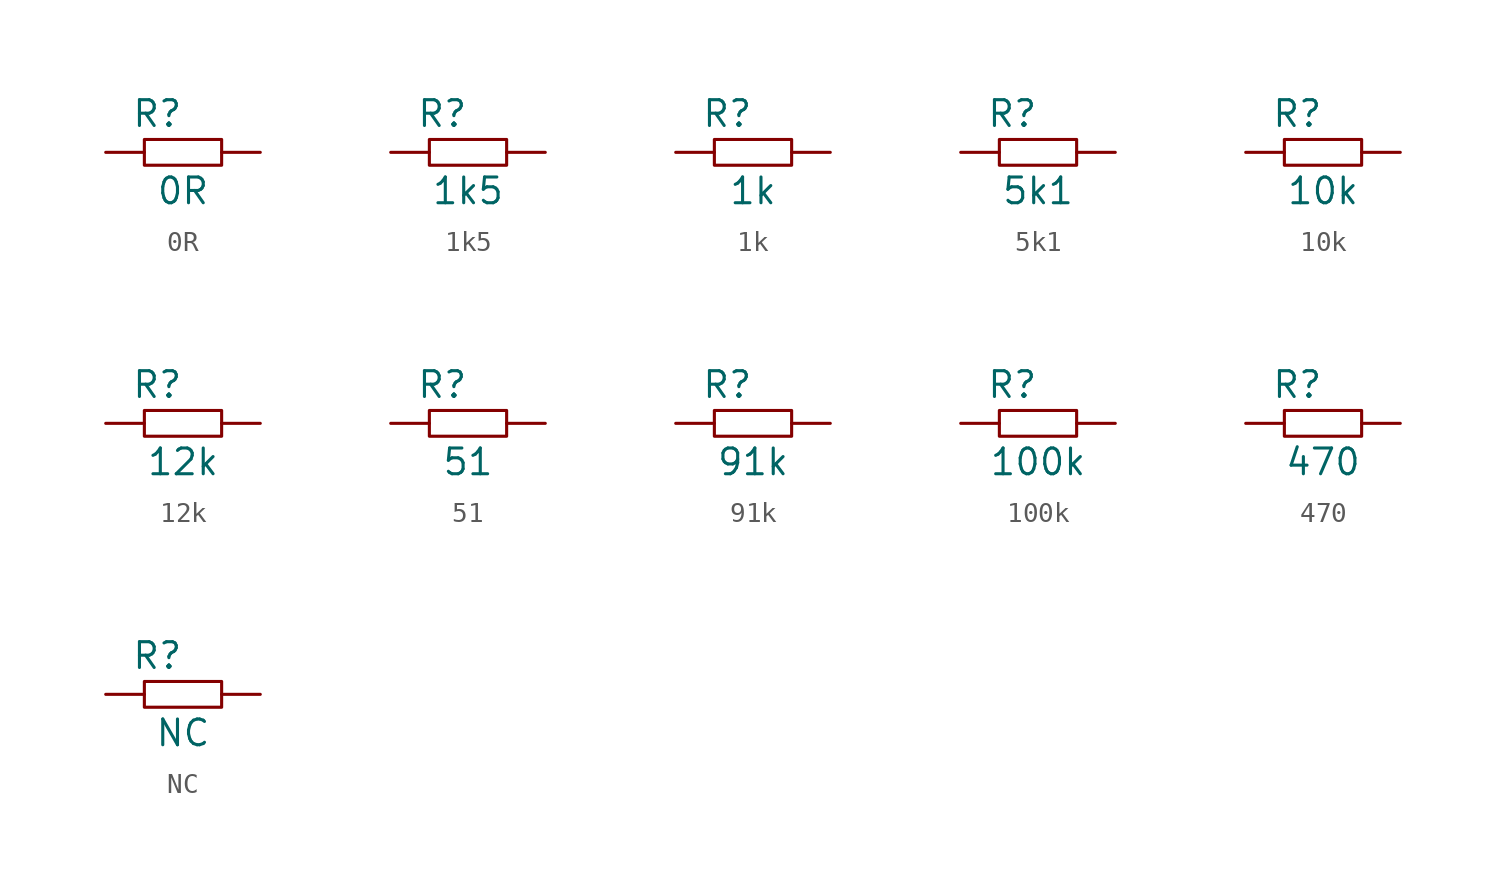
<source format=kicad_sym>
(kicad_symbol_lib
  (version 20211014)
  (generator kicad_symbol_editor)
  (symbol "0R"
    (pin_numbers hide)
    (pin_names
      (offset 1.016) hide)
    (property "Reference" "R"
      (at -1.27 1.905 0)
      (effects (font (size 1.27 1.27))))
    (property "Value" "0R"
      (at 0 -1.905 0)
      (effects (font (size 1.27 1.27))))
    (symbol "0R_0_1"
      (rectangle (start -1.905 0.635) (end 1.905 -0.635) (stroke (width 0) (type default) (color 0 0 0 0)) (fill (type none))))
    (symbol "0R_1_1"
      (pin input line (at -3.81 0 0) (length 1.905) (name "1" (effects (font (size 1.27 1.27)))) (number "1" (effects (font (size 1.27 1.27)))))
      (pin input line (at 3.81 0 180) (length 1.905) (name "2" (effects (font (size 1.27 1.27)))) (number "2" (effects (font (size 1.27 1.27)))))))
  (symbol "1k5"
    (pin_numbers hide)
    (pin_names
      (offset 1.016) hide)
    (property "Reference" "R"
      (at -1.27 1.905 0)
      (effects (font (size 1.27 1.27))))
    (property "Value" "1k5"
      (at 0 -1.905 0)
      (effects (font (size 1.27 1.27))))
    (symbol "1k5_0_1"
      (rectangle (start -1.905 0.635) (end 1.905 -0.635) (stroke (width 0) (type default) (color 0 0 0 0)) (fill (type none))))
    (symbol "1k5_1_1"
      (pin input line (at -3.81 0 0) (length 1.905) (name "1" (effects (font (size 1.27 1.27)))) (number "1" (effects (font (size 1.27 1.27)))))
      (pin input line (at 3.81 0 180) (length 1.905) (name "2" (effects (font (size 1.27 1.27)))) (number "2" (effects (font (size 1.27 1.27)))))))
  (symbol "1k"
    (pin_numbers hide)
    (pin_names
      (offset 1.016) hide)
    (property "Reference" "R"
      (at -1.27 1.905 0)
      (effects (font (size 1.27 1.27))))
    (property "Value" "1k"
      (at 0 -1.905 0)
      (effects (font (size 1.27 1.27))))
    (symbol "1k_0_1"
      (rectangle (start -1.905 0.635) (end 1.905 -0.635) (stroke (width 0) (type default) (color 0 0 0 0)) (fill (type none))))
    (symbol "1k_1_1"
      (pin input line (at -3.81 0 0) (length 1.905) (name "1" (effects (font (size 1.27 1.27)))) (number "1" (effects (font (size 1.27 1.27)))))
      (pin input line (at 3.81 0 180) (length 1.905) (name "2" (effects (font (size 1.27 1.27)))) (number "2" (effects (font (size 1.27 1.27)))))))
  (symbol "5k1"
    (pin_numbers hide)
    (pin_names
      (offset 1.016) hide)
    (property "Reference" "R"
      (at -1.27 1.905 0)
      (effects (font (size 1.27 1.27))))
    (property "Value" "5k1"
      (at 0 -1.905 0)
      (effects (font (size 1.27 1.27))))
    (symbol "5k1_0_1"
      (rectangle (start -1.905 0.635) (end 1.905 -0.635) (stroke (width 0) (type default) (color 0 0 0 0)) (fill (type none))))
    (symbol "5k1_1_1"
      (pin input line (at -3.81 0 0) (length 1.905) (name "1" (effects (font (size 1.27 1.27)))) (number "1" (effects (font (size 1.27 1.27)))))
      (pin input line (at 3.81 0 180) (length 1.905) (name "2" (effects (font (size 1.27 1.27)))) (number "2" (effects (font (size 1.27 1.27)))))))
  (symbol "10k"
    (pin_numbers hide)
    (pin_names
      (offset 1.016) hide)
    (property "Reference" "R"
      (at -1.27 1.905 0)
      (effects (font (size 1.27 1.27))))
    (property "Value" "10k"
      (at 0 -1.905 0)
      (effects (font (size 1.27 1.27))))
    (symbol "10k_0_1"
      (rectangle (start -1.905 0.635) (end 1.905 -0.635) (stroke (width 0) (type default) (color 0 0 0 0)) (fill (type none))))
    (symbol "10k_1_1"
      (pin input line (at -3.81 0 0) (length 1.905) (name "1" (effects (font (size 1.27 1.27)))) (number "1" (effects (font (size 1.27 1.27)))))
      (pin input line (at 3.81 0 180) (length 1.905) (name "2" (effects (font (size 1.27 1.27)))) (number "2" (effects (font (size 1.27 1.27)))))))
  (symbol "12k"
    (pin_numbers hide)
    (pin_names
      (offset 1.016) hide)
    (property "Reference" "R"
      (at -1.27 1.905 0)
      (effects (font (size 1.27 1.27))))
    (property "Value" "12k"
      (at 0 -1.905 0)
      (effects (font (size 1.27 1.27))))
    (symbol "12k_0_1"
      (rectangle (start -1.905 0.635) (end 1.905 -0.635) (stroke (width 0) (type default) (color 0 0 0 0)) (fill (type none))))
    (symbol "12k_1_1"
      (pin input line (at -3.81 0 0) (length 1.905) (name "1" (effects (font (size 1.27 1.27)))) (number "1" (effects (font (size 1.27 1.27)))))
      (pin input line (at 3.81 0 180) (length 1.905) (name "2" (effects (font (size 1.27 1.27)))) (number "2" (effects (font (size 1.27 1.27)))))))
  (symbol "51"
    (pin_numbers hide)
    (pin_names
      (offset 1.016) hide)
    (property "Reference" "R"
      (at -1.27 1.905 0)
      (effects (font (size 1.27 1.27))))
    (property "Value" "51"
      (at 0 -1.905 0)
      (effects (font (size 1.27 1.27))))
    (symbol "51_0_1"
      (rectangle (start -1.905 0.635) (end 1.905 -0.635) (stroke (width 0) (type default) (color 0 0 0 0)) (fill (type none))))
    (symbol "51_1_1"
      (pin input line (at -3.81 0 0) (length 1.905) (name "1" (effects (font (size 1.27 1.27)))) (number "1" (effects (font (size 1.27 1.27)))))
      (pin input line (at 3.81 0 180) (length 1.905) (name "2" (effects (font (size 1.27 1.27)))) (number "2" (effects (font (size 1.27 1.27)))))))
  (symbol "91k"
    (pin_numbers hide)
    (pin_names
      (offset 1.016) hide)
    (property "Reference" "R"
      (at -1.27 1.905 0)
      (effects (font (size 1.27 1.27))))
    (property "Value" "91k"
      (at 0 -1.905 0)
      (effects (font (size 1.27 1.27))))
    (symbol "91k_0_1"
      (rectangle (start -1.905 0.635) (end 1.905 -0.635) (stroke (width 0) (type default) (color 0 0 0 0)) (fill (type none))))
    (symbol "91k_1_1"
      (pin input line (at -3.81 0 0) (length 1.905) (name "1" (effects (font (size 1.27 1.27)))) (number "1" (effects (font (size 1.27 1.27)))))
      (pin input line (at 3.81 0 180) (length 1.905) (name "2" (effects (font (size 1.27 1.27)))) (number "2" (effects (font (size 1.27 1.27)))))))
  (symbol "100k"
    (pin_numbers hide)
    (pin_names
      (offset 1.016) hide)
    (property "Reference" "R"
      (at -1.27 1.905 0)
      (effects (font (size 1.27 1.27))))
    (property "Value" "100k"
      (at 0 -1.905 0)
      (effects (font (size 1.27 1.27))))
    (symbol "100k_0_1"
      (rectangle (start -1.905 0.635) (end 1.905 -0.635) (stroke (width 0) (type default) (color 0 0 0 0)) (fill (type none))))
    (symbol "100k_1_1"
      (pin input line (at -3.81 0 0) (length 1.905) (name "1" (effects (font (size 1.27 1.27)))) (number "1" (effects (font (size 1.27 1.27)))))
      (pin input line (at 3.81 0 180) (length 1.905) (name "2" (effects (font (size 1.27 1.27)))) (number "2" (effects (font (size 1.27 1.27)))))))
  (symbol "470"
    (pin_numbers hide)
    (pin_names
      (offset 1.016) hide)
    (property "Reference" "R"
      (at -1.27 1.905 0)
      (effects (font (size 1.27 1.27))))
    (property "Value" "470"
      (at 0 -1.905 0)
      (effects (font (size 1.27 1.27))))
    (symbol "470_0_1"
      (rectangle (start -1.905 0.635) (end 1.905 -0.635) (stroke (width 0) (type default) (color 0 0 0 0)) (fill (type none))))
    (symbol "470_1_1"
      (pin input line (at -3.81 0 0) (length 1.905) (name "1" (effects (font (size 1.27 1.27)))) (number "1" (effects (font (size 1.27 1.27)))))
      (pin input line (at 3.81 0 180) (length 1.905) (name "2" (effects (font (size 1.27 1.27)))) (number "2" (effects (font (size 1.27 1.27)))))))
  (symbol "NC"
    (pin_numbers hide)
    (pin_names
      (offset 1.016) hide)
    (property "Reference" "R"
      (at -1.27 1.905 0)
      (effects (font (size 1.27 1.27))))
    (property "Value" "NC"
      (at 0 -1.905 0)
      (effects (font (size 1.27 1.27))))
    (symbol "NC_0_1"
      (rectangle (start -1.905 0.635) (end 1.905 -0.635) (stroke (width 0) (type default) (color 0 0 0 0)) (fill (type none))))
    (symbol "NC_1_1"
      (pin input line (at -3.81 0 0) (length 1.905) (name "1" (effects (font (size 1.27 1.27)))) (number "1" (effects (font (size 1.27 1.27)))))
      (pin input line (at 3.81 0 180) (length 1.905) (name "2" (effects (font (size 1.27 1.27)))) (number "2" (effects (font (size 1.27 1.27))))))))
</source>
